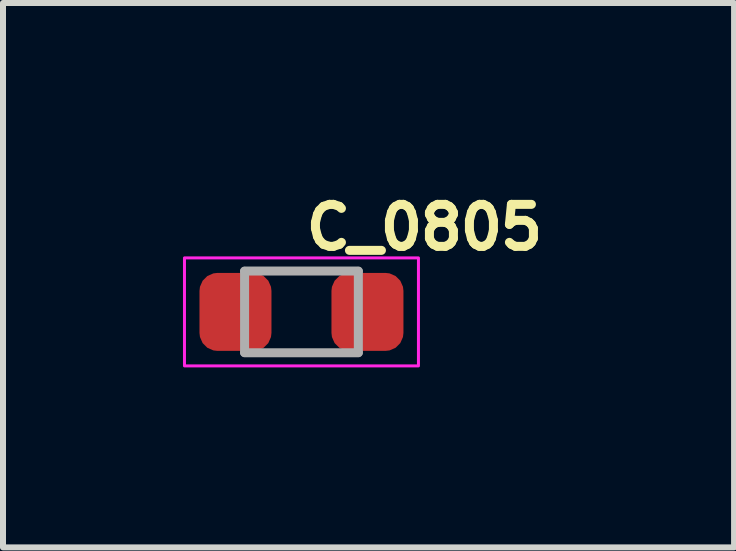
<source format=kicad_pcb>
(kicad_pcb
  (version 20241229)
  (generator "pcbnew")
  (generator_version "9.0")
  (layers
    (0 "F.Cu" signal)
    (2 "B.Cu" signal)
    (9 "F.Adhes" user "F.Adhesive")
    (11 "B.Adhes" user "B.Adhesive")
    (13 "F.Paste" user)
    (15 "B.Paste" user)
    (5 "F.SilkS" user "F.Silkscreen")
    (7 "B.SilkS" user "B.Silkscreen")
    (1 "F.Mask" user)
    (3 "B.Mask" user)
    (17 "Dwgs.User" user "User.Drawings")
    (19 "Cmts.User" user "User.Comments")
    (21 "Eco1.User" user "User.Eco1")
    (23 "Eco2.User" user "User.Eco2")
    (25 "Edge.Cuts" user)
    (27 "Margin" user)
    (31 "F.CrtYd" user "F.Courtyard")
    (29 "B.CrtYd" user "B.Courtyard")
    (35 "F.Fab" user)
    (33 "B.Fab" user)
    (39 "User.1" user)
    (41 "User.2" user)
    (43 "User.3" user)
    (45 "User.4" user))
  (footprint "C_0805"
    (layer "F.Cu")
    (at 1.975 2.149)
    (property "Reference" "C_0805" (at 0.001 -0.999 0) (layer "F.SilkS") (effects (font (size 0.7 0.7) (thickness 0.15)) (justify left bottom)))
    (attr smd)
    (fp_rect (start 1.95 -0.9) (end -1.95 0.9) (stroke (width 0.05) (type default)) (fill no) (layer "F.CrtYd"))
    (fp_line (start -0.948 -0.681) (end 0.948 -0.681) (stroke (width 0.15) (type solid)) (layer "F.Fab"))
    (fp_line (start -0.948 -0.676) (end -0.948 0.676) (stroke (width 0.15) (type solid)) (layer "F.Fab"))
    (fp_line (start -0.948 0.681) (end 0.948 0.681) (stroke (width 0.15) (type solid)) (layer "F.Fab"))
    (fp_line (start 0.948 -0.676) (end 0.948 0.676) (stroke (width 0.15) (type solid)) (layer "F.Fab"))
    (fp_rect (start -0.999 -0.656) (end 0.999 0.656) (stroke (width 0.1) (type solid)) (fill no) (layer "User.5"))
    (fp_line (start -0.999 -0.656) (end -0.999 0.656) (stroke (width 0.02) (type solid)) (layer "User.9"))
    (fp_line (start -0.499 -0.656) (end -0.999 -0.656) (stroke (width 0.02) (type solid)) (layer "User.9"))
    (fp_line (start -0.499 -0.656) (end -0.499 0.656) (stroke (width 0.02) (type solid)) (layer "User.9"))
    (fp_line (start -0.499 -0.624) (end 0.499 -0.624) (stroke (width 0.02) (type solid)) (layer "User.9"))
    (fp_line (start -0.499 0.656) (end -0.999 0.656) (stroke (width 0.02) (type solid)) (layer "User.9"))
    (fp_line (start 0.499 -0.656) (end 0.499 0.656) (stroke (width 0.02) (type solid)) (layer "User.9"))
    (fp_line (start 0.499 0.624) (end -0.499 0.624) (stroke (width 0.02) (type solid)) (layer "User.9"))
    (fp_line (start 0.999 -0.656) (end 0.499 -0.656) (stroke (width 0.02) (type solid)) (layer "User.9"))
    (fp_line (start 0.999 -0.656) (end 0.999 0.656) (stroke (width 0.02) (type solid)) (layer "User.9"))
    (fp_line (start 0.999 0.656) (end 0.499 0.656) (stroke (width 0.02) (type solid)) (layer "User.9"))
    (pad "1" smd roundrect (at -1.1 0) (size 1.2 1.3) (layers "F.Cu" "F.Mask" "F.Paste") (roundrect_rratio 0.25))
    (pad "2" smd roundrect (at 1.1 0) (size 1.2 1.3) (layers "F.Cu" "F.Mask" "F.Paste") (roundrect_rratio 0.25)))
  (gr_rect
    (start -3 -3)
    (end 9.186 6.074)
    (stroke (width 0.1) (type default))
    (fill no)
    (layer "Edge.Cuts")))
</source>
